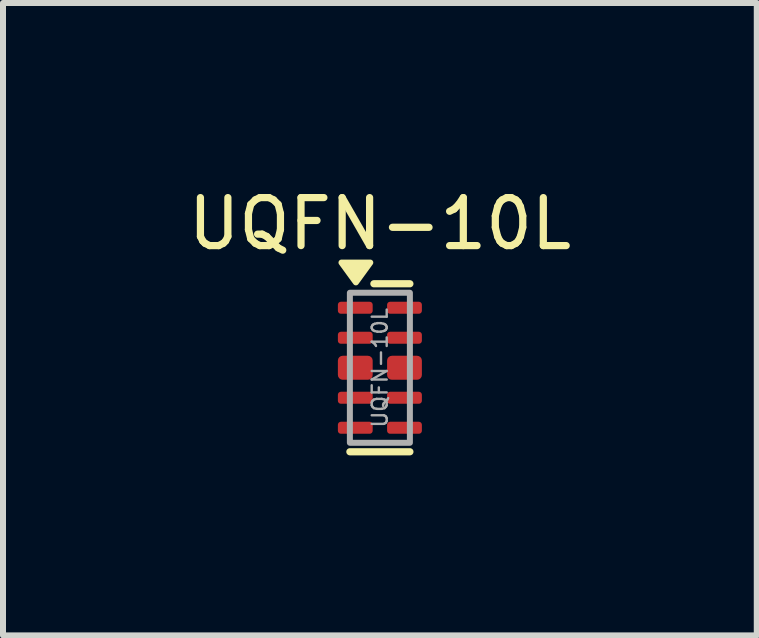
<source format=kicad_pcb>
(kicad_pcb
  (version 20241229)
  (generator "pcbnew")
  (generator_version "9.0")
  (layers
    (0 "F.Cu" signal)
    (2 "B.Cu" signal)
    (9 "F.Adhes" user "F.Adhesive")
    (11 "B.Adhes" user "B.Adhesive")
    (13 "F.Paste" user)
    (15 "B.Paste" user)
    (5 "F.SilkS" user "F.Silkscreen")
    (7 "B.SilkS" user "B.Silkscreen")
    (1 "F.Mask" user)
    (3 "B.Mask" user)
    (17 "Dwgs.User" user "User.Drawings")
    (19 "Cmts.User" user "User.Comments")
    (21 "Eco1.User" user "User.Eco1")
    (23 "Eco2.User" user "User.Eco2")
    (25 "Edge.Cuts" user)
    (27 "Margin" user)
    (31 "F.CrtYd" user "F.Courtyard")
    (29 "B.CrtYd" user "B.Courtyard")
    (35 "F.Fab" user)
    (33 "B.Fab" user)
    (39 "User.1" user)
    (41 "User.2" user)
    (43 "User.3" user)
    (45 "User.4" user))
  (footprint "UQFN-10L"
    (layer "F.Cu")
    (at 3.281 3.079)
    (property "Reference" "UQFN-10L" (at 0 -2.4 0) (unlocked yes) (layer "F.SilkS") (effects (font (size 0.8 0.8) (thickness 0.12))))
    (attr smd)
    (fp_line (start -0.5 1.4) (end 0.5 1.4) (stroke (width 0.12) (type default)) (layer "F.SilkS"))
    (fp_line (start -0.1 -1.4) (end 0.5 -1.4) (stroke (width 0.12) (type default)) (layer "F.SilkS"))
    (fp_poly (pts (xy -0.4 -1.423) (xy -0.64 -1.753) (xy -0.16 -1.753) (xy -0.4 -1.423)) (stroke (width 0.1) (type solid)) (fill yes) (layer "F.SilkS"))
    (fp_rect (start -0.5 -1.25) (end 0.5 1.25) (stroke (width 0.1) (type default)) (fill no) (layer "F.Fab"))
    (fp_text user "${REFERENCE}" (at 0 0 90) (unlocked yes) (layer "F.Fab") (effects (font (size 0.25 0.25) (thickness 0.04))))
    (pad "1" smd roundrect (at -0.41 -1) (size 0.58 0.2) (layers "F.Cu" "F.Mask" "F.Paste") (roundrect_rratio 0.25))
    (pad "2" smd roundrect (at -0.41 -0.5) (size 0.58 0.2) (layers "F.Cu" "F.Mask" "F.Paste") (roundrect_rratio 0.25))
    (pad "3" smd roundrect (at -0.41 0) (size 0.58 0.4) (layers "F.Cu" "F.Mask" "F.Paste") (roundrect_rratio 0.2))
    (pad "4" smd roundrect (at -0.41 0.5) (size 0.58 0.2) (layers "F.Cu" "F.Mask" "F.Paste") (roundrect_rratio 0.25))
    (pad "5" smd roundrect (at -0.41 1) (size 0.58 0.2) (layers "F.Cu" "F.Mask" "F.Paste") (roundrect_rratio 0.25))
    (pad "6" smd roundrect (at 0.41 1) (size 0.58 0.2) (layers "F.Cu" "F.Mask" "F.Paste") (roundrect_rratio 0.25))
    (pad "7" smd roundrect (at 0.41 0.5) (size 0.58 0.2) (layers "F.Cu" "F.Mask" "F.Paste") (roundrect_rratio 0.25))
    (pad "8" smd roundrect (at 0.41 0) (size 0.58 0.4) (layers "F.Cu" "F.Mask" "F.Paste") (roundrect_rratio 0.2))
    (pad "9" smd roundrect (at 0.41 -0.5) (size 0.58 0.2) (layers "F.Cu" "F.Mask" "F.Paste") (roundrect_rratio 0.25))
    (pad "10" smd roundrect (at 0.41 -1) (size 0.58 0.2) (layers "F.Cu" "F.Mask" "F.Paste") (roundrect_rratio 0.25)))
  (gr_rect
    (start -3 -3)
    (end 9.562 7.539)
    (stroke (width 0.1) (type default))
    (fill no)
    (layer "Edge.Cuts")))
</source>
